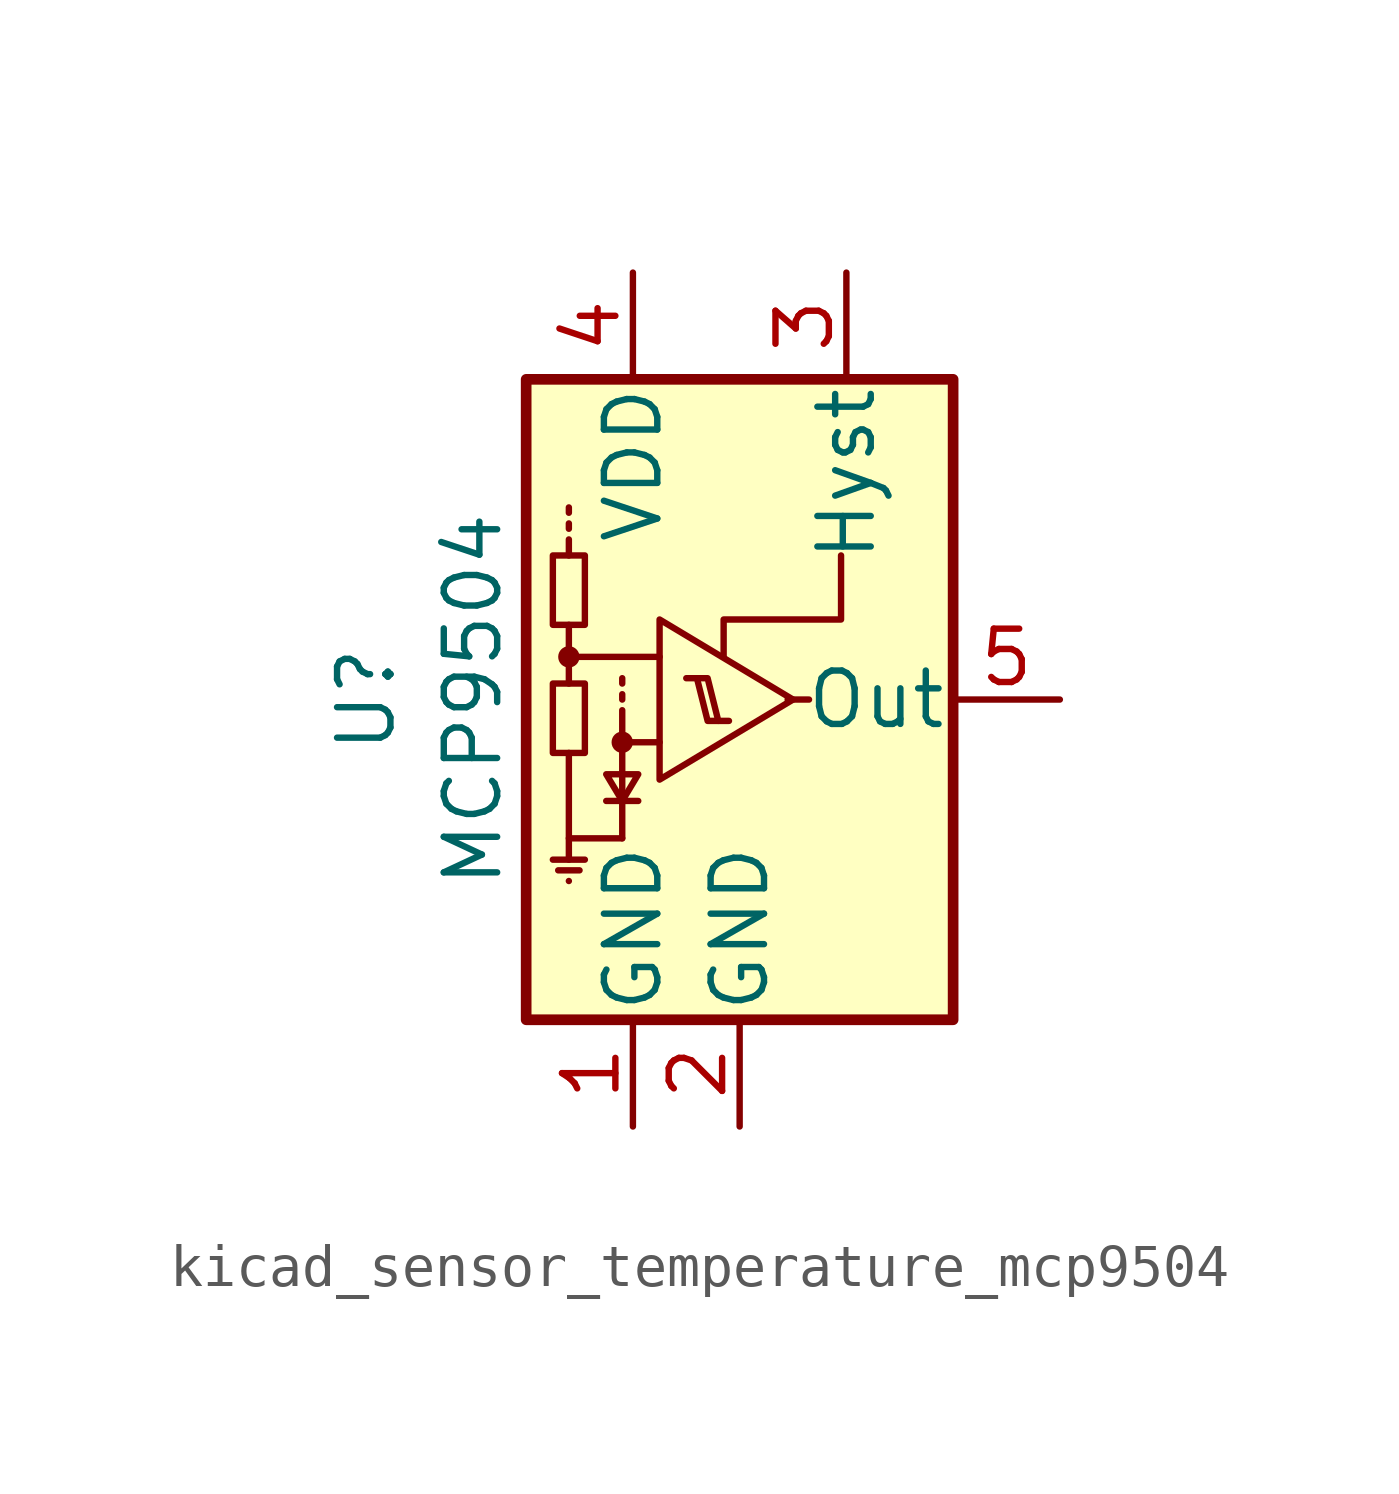
<source format=kicad_sym>
(kicad_symbol_lib
  (version 20220914)
  (generator kicad_symbol_editor)
  (symbol "kicad_sensor_temperature_mcp9504"
    (pin_names
      (offset 0.127))
    (property "Reference" "U"
      (at -6.35 0 90)
      (effects (font (size 1.27 1.27))))
    (property "Value" "MCP9504"
      (at -3.81 0 90)
      (effects (font (size 1.27 1.27))))
    (symbol "kicad_sensor_temperature_mcp9504_0_1"
      (rectangle (start -2.54 7.62) (end 7.62 -7.62) (stroke (width 0.254) (type default)) (fill (type background)))
      (rectangle (start -1.905 0.381) (end -1.143 -1.27) (stroke (width 0) (type default)) (fill (type none)))
      (rectangle (start -1.905 3.429) (end -1.143 1.778) (stroke (width 0) (type default)) (fill (type none)))
      (circle (center -1.524 1.016) (radius 0.178) (stroke (width 0) (type default)) (fill (type outline)))
      (circle (center -0.254 -1.016) (radius 0.178) (stroke (width 0) (type default)) (fill (type outline)))
      (polyline (pts (xy -1.905 -3.81) (xy -1.143 -3.81)) (stroke (width 0) (type default)) (fill (type none)))
      (polyline (pts (xy -1.778 -4.064) (xy -1.27 -4.064)) (stroke (width 0) (type default)) (fill (type none)))
      (polyline (pts (xy -1.524 -4.318) (xy -1.524 -4.318)) (stroke (width 0) (type default)) (fill (type none)))
      (polyline (pts (xy -1.524 -3.302) (xy -1.524 -3.81)) (stroke (width 0) (type default)) (fill (type none)))
      (polyline (pts (xy -1.524 1.016) (xy -1.524 0.381)) (stroke (width 0) (type default)) (fill (type none)))
      (polyline (pts (xy -1.524 3.429) (xy -1.524 3.81)) (stroke (width 0) (type default)) (fill (type none)))
      (polyline (pts (xy -1.524 4.064) (xy -1.524 4.191)) (stroke (width 0) (type default)) (fill (type none)))
      (polyline (pts (xy -1.524 4.445) (xy -1.524 4.572)) (stroke (width 0) (type default)) (fill (type none)))
      (polyline (pts (xy -0.635 -2.413) (xy 0.127 -2.413)) (stroke (width 0) (type default)) (fill (type none)))
      (polyline (pts (xy -0.254 0) (xy -0.254 0.127)) (stroke (width 0) (type default)) (fill (type none)))
      (polyline (pts (xy -0.254 0.381) (xy -0.254 0.508)) (stroke (width 0) (type default)) (fill (type none)))
      (polyline (pts (xy 3.683 0) (xy 4.191 0)) (stroke (width 0) (type default)) (fill (type none)))
      (polyline (pts (xy -1.524 -1.27) (xy -1.524 -3.302) (xy -0.254 -3.302)) (stroke (width 0) (type default)) (fill (type none)))
      (polyline (pts (xy -0.254 -1.016) (xy -0.254 -0.381) (xy -0.254 -0.254)) (stroke (width 0) (type default)) (fill (type none)))
      (polyline (pts (xy 0.635 -1.016) (xy -0.254 -1.016) (xy -0.254 -3.302)) (stroke (width 0) (type default)) (fill (type none)))
      (polyline (pts (xy 0.635 1.016) (xy -1.524 1.016) (xy -1.524 1.778)) (stroke (width 0) (type default)) (fill (type none)))
      (polyline (pts (xy 1.524 0.508) (xy 1.778 -0.508) (xy 2.032 -0.508)) (stroke (width 0) (type default)) (fill (type none)))
      (polyline (pts (xy 0.127 -1.778) (xy -0.635 -1.778) (xy -0.254 -2.413) (xy 0.127 -1.778)) (stroke (width 0) (type default)) (fill (type none)))
      (polyline (pts (xy 1.27 0.508) (xy 1.778 0.508) (xy 2.032 -0.508) (xy 2.286 -0.508)) (stroke (width 0) (type default)) (fill (type none)))
      (polyline (pts (xy 3.81 0) (xy 0.635 1.905) (xy 0.635 -1.905) (xy 3.81 0)) (stroke (width 0) (type default)) (fill (type none)))
      (polyline (pts (xy 4.953 3.429) (xy 4.953 1.905) (xy 2.159 1.905) (xy 2.159 1.016)) (stroke (width 0) (type default)) (fill (type none))))
    (symbol "kicad_sensor_temperature_mcp9504_1_1"
      (pin power_in line (at 0 -10.16 90) (length 2.54) (name "GND" (effects (font (size 1.27 1.27)))) (number "1" (effects (font (size 1.27 1.27)))))
      (pin power_in line (at 2.54 -10.16 90) (length 2.54) (name "GND" (effects (font (size 1.27 1.27)))) (number "2" (effects (font (size 1.27 1.27)))))
      (pin input line (at 5.08 10.16 270) (length 2.54) (name "Hyst" (effects (font (size 1.27 1.27)))) (number "3" (effects (font (size 1.27 1.27)))))
      (pin power_in line (at 0 10.16 270) (length 2.54) (name "VDD" (effects (font (size 1.27 1.27)))) (number "4" (effects (font (size 1.27 1.27)))))
      (pin output line (at 10.16 0 180) (length 2.54) (name "Out" (effects (font (size 1.27 1.27)))) (number "5" (effects (font (size 1.27 1.27))))))))
</source>
